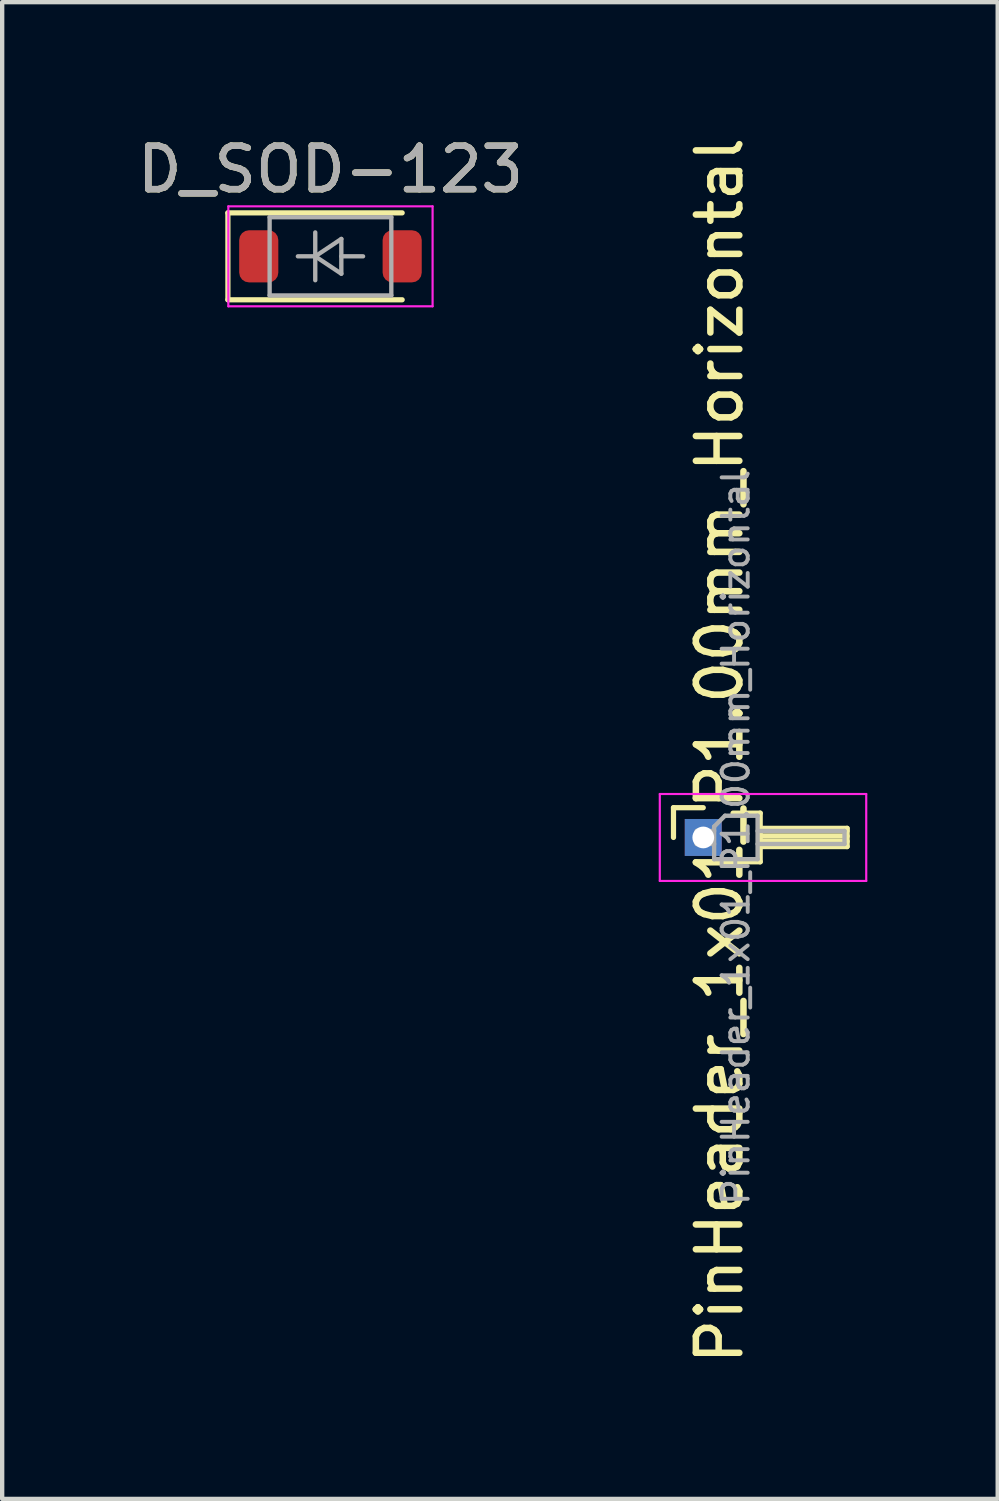
<source format=kicad_pcb>
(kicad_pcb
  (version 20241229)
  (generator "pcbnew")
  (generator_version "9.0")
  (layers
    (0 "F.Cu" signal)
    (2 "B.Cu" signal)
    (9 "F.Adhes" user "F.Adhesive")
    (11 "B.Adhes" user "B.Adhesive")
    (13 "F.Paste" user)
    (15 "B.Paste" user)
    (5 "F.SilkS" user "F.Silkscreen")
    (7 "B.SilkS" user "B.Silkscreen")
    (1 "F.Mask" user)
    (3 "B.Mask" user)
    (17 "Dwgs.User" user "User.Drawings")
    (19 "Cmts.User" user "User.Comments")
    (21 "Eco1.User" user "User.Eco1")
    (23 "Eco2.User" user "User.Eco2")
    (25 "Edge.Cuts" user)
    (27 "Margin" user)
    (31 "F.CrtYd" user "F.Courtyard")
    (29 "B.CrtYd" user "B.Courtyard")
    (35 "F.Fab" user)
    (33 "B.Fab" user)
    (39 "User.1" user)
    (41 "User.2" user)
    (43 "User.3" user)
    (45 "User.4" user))
  (footprint "PinHeader_1x01_P1.00mm_Horizontal"
    (layer "F.Cu")
    (at 13.132 16.22)
    (property "Reference" "PinHeader_1x01_P1.00mm_Horizontal" (at 0.375 -2 90) (layer "F.SilkS") (effects (font (size 1 1) (thickness 0.15))))
    (attr through_hole)
    (fp_line (start -0.685 -0.685) (end 0 -0.685) (stroke (width 0.12) (type solid)) (layer "F.SilkS"))
    (fp_line (start -0.685 0) (end -0.685 -0.685) (stroke (width 0.12) (type solid)) (layer "F.SilkS"))
    (fp_line (start 0.685 -0.56) (end 1.31 -0.56) (stroke (width 0.12) (type solid)) (layer "F.SilkS"))
    (fp_line (start 1.31 -0.56) (end 1.31 0.56) (stroke (width 0.12) (type solid)) (layer "F.SilkS"))
    (fp_line (start 1.31 -0.21) (end 3.31 -0.21) (stroke (width 0.12) (type solid)) (layer "F.SilkS"))
    (fp_line (start 1.31 -0.15) (end 3.31 -0.15) (stroke (width 0.12) (type solid)) (layer "F.SilkS"))
    (fp_line (start 1.31 -0.03) (end 3.31 -0.03) (stroke (width 0.12) (type solid)) (layer "F.SilkS"))
    (fp_line (start 1.31 0.09) (end 3.31 0.09) (stroke (width 0.12) (type solid)) (layer "F.SilkS"))
    (fp_line (start 1.31 0.56) (end 0.685 0.56) (stroke (width 0.12) (type solid)) (layer "F.SilkS"))
    (fp_line (start 3.31 -0.21) (end 3.31 0.21) (stroke (width 0.12) (type solid)) (layer "F.SilkS"))
    (fp_line (start 3.31 0.21) (end 1.31 0.21) (stroke (width 0.12) (type solid)) (layer "F.SilkS"))
    (fp_line (start -1 -1) (end -1 1) (stroke (width 0.05) (type solid)) (layer "F.CrtYd"))
    (fp_line (start -1 1) (end 3.75 1) (stroke (width 0.05) (type solid)) (layer "F.CrtYd"))
    (fp_line (start 3.75 -1) (end -1 -1) (stroke (width 0.05) (type solid)) (layer "F.CrtYd"))
    (fp_line (start 3.75 1) (end 3.75 -1) (stroke (width 0.05) (type solid)) (layer "F.CrtYd"))
    (fp_line (start -0.15 -0.15) (end -0.15 0.15) (stroke (width 0.1) (type solid)) (layer "F.Fab"))
    (fp_line (start -0.15 -0.15) (end 0.25 -0.15) (stroke (width 0.1) (type solid)) (layer "F.Fab"))
    (fp_line (start -0.15 0.15) (end 0.25 0.15) (stroke (width 0.1) (type solid)) (layer "F.Fab"))
    (fp_line (start 0.25 -0.25) (end 0.5 -0.5) (stroke (width 0.1) (type solid)) (layer "F.Fab"))
    (fp_line (start 0.25 0.5) (end 0.25 -0.25) (stroke (width 0.1) (type solid)) (layer "F.Fab"))
    (fp_line (start 0.5 -0.5) (end 1.25 -0.5) (stroke (width 0.1) (type solid)) (layer "F.Fab"))
    (fp_line (start 1.25 -0.5) (end 1.25 0.5) (stroke (width 0.1) (type solid)) (layer "F.Fab"))
    (fp_line (start 1.25 -0.15) (end 3.25 -0.15) (stroke (width 0.1) (type solid)) (layer "F.Fab"))
    (fp_line (start 1.25 0.15) (end 3.25 0.15) (stroke (width 0.1) (type solid)) (layer "F.Fab"))
    (fp_line (start 1.25 0.5) (end 0.25 0.5) (stroke (width 0.1) (type solid)) (layer "F.Fab"))
    (fp_line (start 3.25 -0.15) (end 3.25 0.15) (stroke (width 0.1) (type solid)) (layer "F.Fab"))
    (fp_text user "${REFERENCE}" (at 0.75 0 90) (layer "F.Fab") (effects (font (size 0.6 0.6) (thickness 0.09))))
    (pad "1" thru_hole rect (at 0 0 180) (size 0.85 0.85) (drill 0.5) (layers "*.Cu" "*.Mask")))
  (footprint "D_SOD-123"
    (layer "F.Cu")
    (at 4.554 2.848)
    (property "Reference" "D_SOD-123" (at 0 -2 0) (layer "F.SilkS") (effects (font (size 1 1) (thickness 0.15))))
    (attr smd)
    (fp_line (start -2.36 -1) (end -2.36 1) (stroke (width 0.12) (type solid)) (layer "F.SilkS"))
    (fp_line (start -2.36 -1) (end 1.65 -1) (stroke (width 0.12) (type solid)) (layer "F.SilkS"))
    (fp_line (start -2.36 1) (end 1.65 1) (stroke (width 0.12) (type solid)) (layer "F.SilkS"))
    (fp_line (start -2.35 -1.15) (end -2.35 1.15) (stroke (width 0.05) (type solid)) (layer "F.CrtYd"))
    (fp_line (start -2.35 -1.15) (end 2.35 -1.15) (stroke (width 0.05) (type solid)) (layer "F.CrtYd"))
    (fp_line (start 2.35 -1.15) (end 2.35 1.15) (stroke (width 0.05) (type solid)) (layer "F.CrtYd"))
    (fp_line (start 2.35 1.15) (end -2.35 1.15) (stroke (width 0.05) (type solid)) (layer "F.CrtYd"))
    (fp_line (start -1.4 -0.9) (end 1.4 -0.9) (stroke (width 0.1) (type solid)) (layer "F.Fab"))
    (fp_line (start -1.4 0.9) (end -1.4 -0.9) (stroke (width 0.1) (type solid)) (layer "F.Fab"))
    (fp_line (start -0.75 0) (end -0.35 0) (stroke (width 0.1) (type solid)) (layer "F.Fab"))
    (fp_line (start -0.35 0) (end -0.35 -0.55) (stroke (width 0.1) (type solid)) (layer "F.Fab"))
    (fp_line (start -0.35 0) (end -0.35 0.55) (stroke (width 0.1) (type solid)) (layer "F.Fab"))
    (fp_line (start -0.35 0) (end 0.25 -0.4) (stroke (width 0.1) (type solid)) (layer "F.Fab"))
    (fp_line (start 0.25 -0.4) (end 0.25 0.4) (stroke (width 0.1) (type solid)) (layer "F.Fab"))
    (fp_line (start 0.25 0) (end 0.75 0) (stroke (width 0.1) (type solid)) (layer "F.Fab"))
    (fp_line (start 0.25 0.4) (end -0.35 0) (stroke (width 0.1) (type solid)) (layer "F.Fab"))
    (fp_line (start 1.4 -0.9) (end 1.4 0.9) (stroke (width 0.1) (type solid)) (layer "F.Fab"))
    (fp_line (start 1.4 0.9) (end -1.4 0.9) (stroke (width 0.1) (type solid)) (layer "F.Fab"))
    (fp_text user "${REFERENCE}" (at 0 -2 0) (layer "F.Fab") (effects (font (size 1 1) (thickness 0.15))))
    (pad "1" smd roundrect (at -1.65 0 180) (size 0.9 1.2) (layers "F.Cu" "F.Mask" "F.Paste") (roundrect_rratio 0.25))
    (pad "2" smd roundrect (at 1.65 0 180) (size 0.9 1.2) (layers "F.Cu" "F.Mask" "F.Paste") (roundrect_rratio 0.25)))
  (gr_rect
    (start -3 -3)
    (end 19.907 31.44)
    (stroke (width 0.1) (type default))
    (fill no)
    (layer "Edge.Cuts")))
</source>
